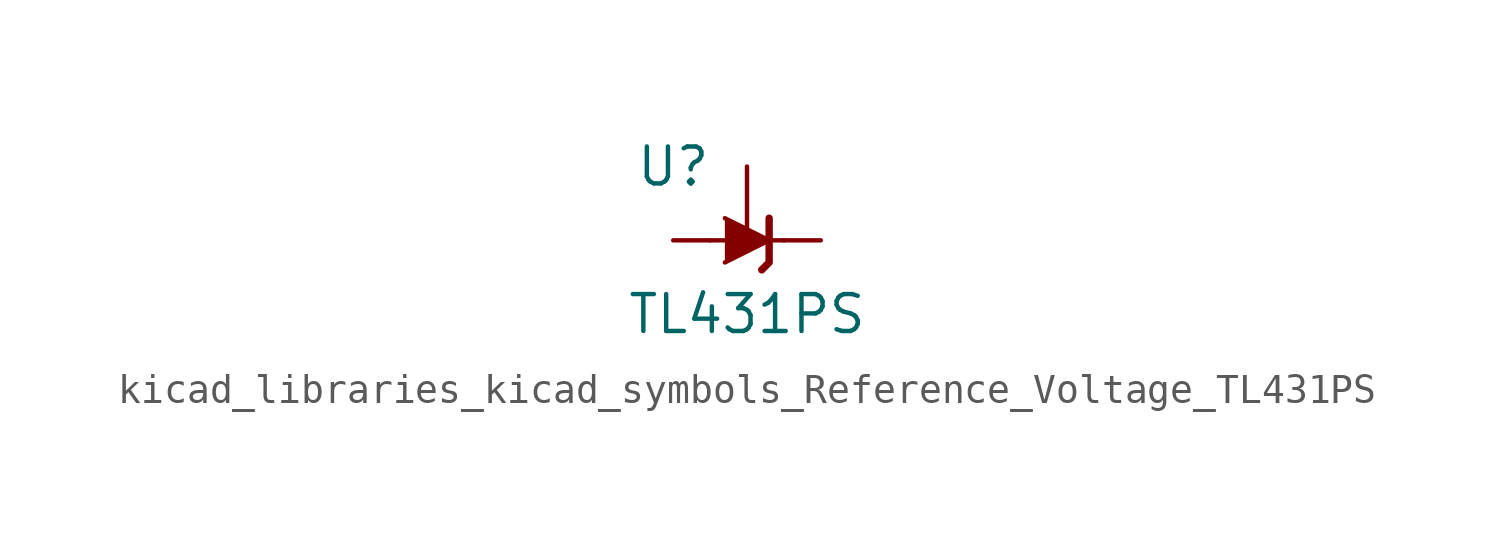
<source format=kicad_sym>
(kicad_symbol_lib
  (version 20220914)
  (generator kicad_symbol_editor)
  (symbol "kicad_libraries_kicad_symbols_Reference_Voltage_TL431PS"
    (pin_numbers hide)
    (pin_names hide)
    (property "Reference" "U"
      (at -2.54 2.54 0)
      (effects (font (size 1.27 1.27))))
    (property "Value" "TL431PS"
      (at 0 -2.54 0)
      (effects (font (size 1.27 1.27))))
    (symbol "kicad_libraries_kicad_symbols_Reference_Voltage_TL431PS_0_1"
      (polyline (pts (xy -1.27 0) (xy 0 0) (xy 1.27 0)) (stroke (width 0) (type default)) (fill (type none)))
      (polyline (pts (xy -0.762 0.762) (xy 0.762 0) (xy -0.762 -0.762)) (stroke (width 0) (type default)) (fill (type outline)))
      (polyline (pts (xy 0.508 -1.016) (xy 0.762 -0.762) (xy 0.762 0.762) (xy 0.762 0.762)) (stroke (width 0.254) (type default)) (fill (type none))))
    (symbol "kicad_libraries_kicad_symbols_Reference_Voltage_TL431PS_1_1"
      (pin passive line (at 2.54 0 180) (length 1.27) (name "K" (effects (font (size 1.27 1.27)))) (number "1" (effects (font (size 1.27 1.27)))))
      (pin passive line (at -2.54 0 0) (length 1.27) (name "A" (effects (font (size 1.27 1.27)))) (number "6" (effects (font (size 1.27 1.27)))))
      (pin passive line (at 0 2.54 270) (length 2.54) (name "REF" (effects (font (size 1.27 1.27)))) (number "8" (effects (font (size 1.27 1.27))))))))
</source>
